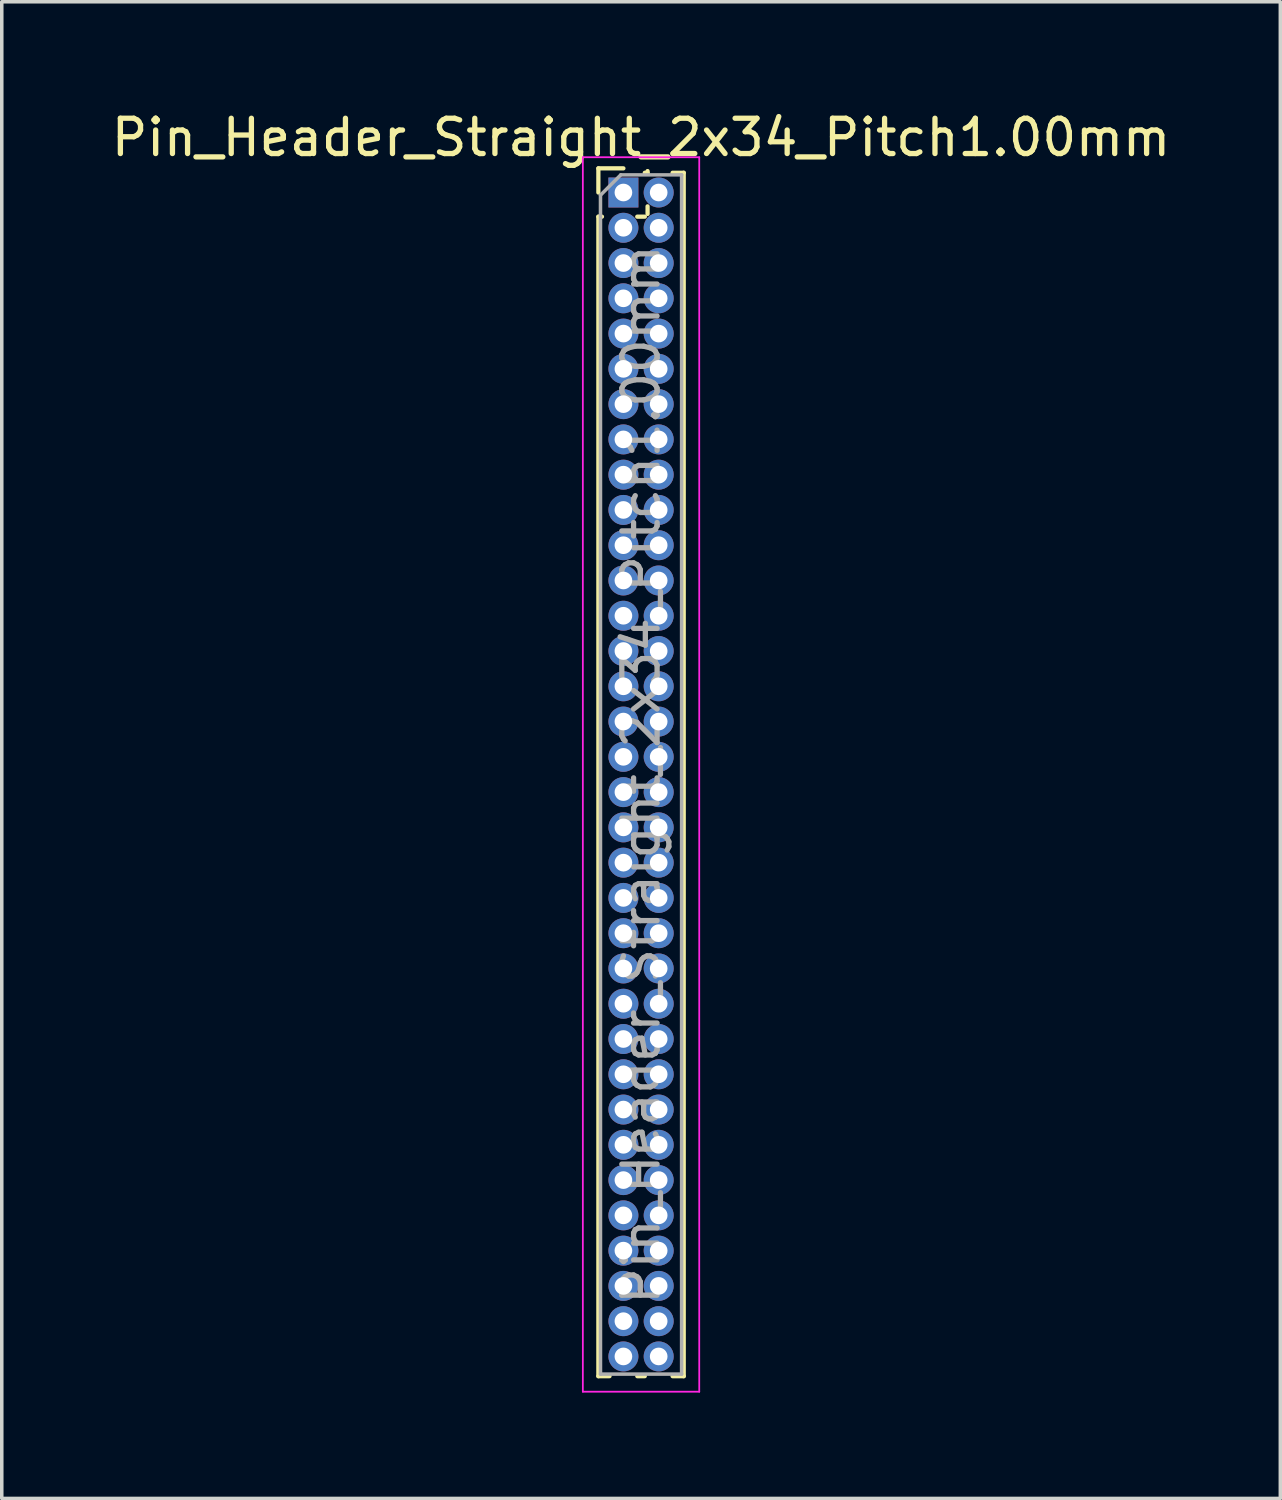
<source format=kicad_pcb>
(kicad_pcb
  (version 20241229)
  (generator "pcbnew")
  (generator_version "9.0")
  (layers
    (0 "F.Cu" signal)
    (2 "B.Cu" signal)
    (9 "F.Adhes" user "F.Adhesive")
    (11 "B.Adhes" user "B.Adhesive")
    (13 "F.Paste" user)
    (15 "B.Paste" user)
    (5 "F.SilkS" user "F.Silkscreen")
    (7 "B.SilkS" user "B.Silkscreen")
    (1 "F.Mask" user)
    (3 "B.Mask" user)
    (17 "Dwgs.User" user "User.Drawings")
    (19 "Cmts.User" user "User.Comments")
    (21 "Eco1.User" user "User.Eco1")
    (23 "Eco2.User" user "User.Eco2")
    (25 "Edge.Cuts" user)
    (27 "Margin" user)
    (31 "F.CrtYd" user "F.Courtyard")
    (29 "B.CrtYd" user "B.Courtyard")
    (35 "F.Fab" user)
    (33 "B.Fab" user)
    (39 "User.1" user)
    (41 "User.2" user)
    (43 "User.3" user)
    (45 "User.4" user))
  (footprint "Pin_Header_Straight_2x34_Pitch1.00mm"
    (layer "F.Cu")
    (at 14.625 2.408)
    (property "Reference" "Pin_Header_Straight_2x34_Pitch1.00mm" (at 0.5 -1.56 0) (layer "F.SilkS") (effects (font (size 1 1) (thickness 0.15))))
    (attr through_hole)
    (fp_line (start -0.71 -0.685) (end 0 -0.685) (stroke (width 0.12) (type solid)) (layer "F.SilkS"))
    (fp_line (start -0.71 0) (end -0.71 -0.685) (stroke (width 0.12) (type solid)) (layer "F.SilkS"))
    (fp_line (start -0.71 0.685) (end -0.71 33.56) (stroke (width 0.12) (type solid)) (layer "F.SilkS"))
    (fp_line (start -0.71 0.685) (end -0.608 0.685) (stroke (width 0.12) (type solid)) (layer "F.SilkS"))
    (fp_line (start -0.71 33.56) (end -0.394 33.56) (stroke (width 0.12) (type solid)) (layer "F.SilkS"))
    (fp_line (start 0.394 33.56) (end 0.606 33.56) (stroke (width 0.12) (type solid)) (layer "F.SilkS"))
    (fp_line (start 0.608 0.685) (end 0.392 0.685) (stroke (width 0.12) (type solid)) (layer "F.SilkS"))
    (fp_line (start 0.685 -0.608) (end 0.685 -0.56) (stroke (width 0.12) (type solid)) (layer "F.SilkS"))
    (fp_line (start 0.685 -0.56) (end 0.606 -0.56) (stroke (width 0.12) (type solid)) (layer "F.SilkS"))
    (fp_line (start 0.685 0.392) (end 0.685 0.608) (stroke (width 0.12) (type solid)) (layer "F.SilkS"))
    (fp_line (start 1.394 -0.56) (end 1.71 -0.56) (stroke (width 0.12) (type solid)) (layer "F.SilkS"))
    (fp_line (start 1.394 33.56) (end 1.71 33.56) (stroke (width 0.12) (type solid)) (layer "F.SilkS"))
    (fp_line (start 1.71 -0.56) (end 1.71 33.56) (stroke (width 0.12) (type solid)) (layer "F.SilkS"))
    (fp_line (start -1.15 -1) (end -1.15 34) (stroke (width 0.05) (type solid)) (layer "F.CrtYd"))
    (fp_line (start -1.15 34) (end 2.15 34) (stroke (width 0.05) (type solid)) (layer "F.CrtYd"))
    (fp_line (start 2.15 -1) (end -1.15 -1) (stroke (width 0.05) (type solid)) (layer "F.CrtYd"))
    (fp_line (start 2.15 34) (end 2.15 -1) (stroke (width 0.05) (type solid)) (layer "F.CrtYd"))
    (fp_line (start -0.65 0.075) (end -0.075 -0.5) (stroke (width 0.1) (type solid)) (layer "F.Fab"))
    (fp_line (start -0.65 33.5) (end -0.65 0.075) (stroke (width 0.1) (type solid)) (layer "F.Fab"))
    (fp_line (start -0.075 -0.5) (end 1.65 -0.5) (stroke (width 0.1) (type solid)) (layer "F.Fab"))
    (fp_line (start 1.65 -0.5) (end 1.65 33.5) (stroke (width 0.1) (type solid)) (layer "F.Fab"))
    (fp_line (start 1.65 33.5) (end -0.65 33.5) (stroke (width 0.1) (type solid)) (layer "F.Fab"))
    (fp_text user "${REFERENCE}" (at 0.5 16.5 90) (layer "F.Fab") (effects (font (size 1 1) (thickness 0.15))))
    (pad "1" thru_hole rect (at 0 0) (size 0.85 0.85) (drill 0.5) (layers "*.Cu" "*.Mask"))
    (pad "2" thru_hole oval (at 1 0) (size 0.85 0.85) (drill 0.5) (layers "*.Cu" "*.Mask"))
    (pad "3" thru_hole oval (at 0 1) (size 0.85 0.85) (drill 0.5) (layers "*.Cu" "*.Mask"))
    (pad "4" thru_hole oval (at 1 1) (size 0.85 0.85) (drill 0.5) (layers "*.Cu" "*.Mask"))
    (pad "5" thru_hole oval (at 0 2) (size 0.85 0.85) (drill 0.5) (layers "*.Cu" "*.Mask"))
    (pad "6" thru_hole oval (at 1 2) (size 0.85 0.85) (drill 0.5) (layers "*.Cu" "*.Mask"))
    (pad "7" thru_hole oval (at 0 3) (size 0.85 0.85) (drill 0.5) (layers "*.Cu" "*.Mask"))
    (pad "8" thru_hole oval (at 1 3) (size 0.85 0.85) (drill 0.5) (layers "*.Cu" "*.Mask"))
    (pad "9" thru_hole oval (at 0 4) (size 0.85 0.85) (drill 0.5) (layers "*.Cu" "*.Mask"))
    (pad "10" thru_hole oval (at 1 4) (size 0.85 0.85) (drill 0.5) (layers "*.Cu" "*.Mask"))
    (pad "11" thru_hole oval (at 0 5) (size 0.85 0.85) (drill 0.5) (layers "*.Cu" "*.Mask"))
    (pad "12" thru_hole oval (at 1 5) (size 0.85 0.85) (drill 0.5) (layers "*.Cu" "*.Mask"))
    (pad "13" thru_hole oval (at 0 6) (size 0.85 0.85) (drill 0.5) (layers "*.Cu" "*.Mask"))
    (pad "14" thru_hole oval (at 1 6) (size 0.85 0.85) (drill 0.5) (layers "*.Cu" "*.Mask"))
    (pad "15" thru_hole oval (at 0 7) (size 0.85 0.85) (drill 0.5) (layers "*.Cu" "*.Mask"))
    (pad "16" thru_hole oval (at 1 7) (size 0.85 0.85) (drill 0.5) (layers "*.Cu" "*.Mask"))
    (pad "17" thru_hole oval (at 0 8) (size 0.85 0.85) (drill 0.5) (layers "*.Cu" "*.Mask"))
    (pad "18" thru_hole oval (at 1 8) (size 0.85 0.85) (drill 0.5) (layers "*.Cu" "*.Mask"))
    (pad "19" thru_hole oval (at 0 9) (size 0.85 0.85) (drill 0.5) (layers "*.Cu" "*.Mask"))
    (pad "20" thru_hole oval (at 1 9) (size 0.85 0.85) (drill 0.5) (layers "*.Cu" "*.Mask"))
    (pad "21" thru_hole oval (at 0 10) (size 0.85 0.85) (drill 0.5) (layers "*.Cu" "*.Mask"))
    (pad "22" thru_hole oval (at 1 10) (size 0.85 0.85) (drill 0.5) (layers "*.Cu" "*.Mask"))
    (pad "23" thru_hole oval (at 0 11) (size 0.85 0.85) (drill 0.5) (layers "*.Cu" "*.Mask"))
    (pad "24" thru_hole oval (at 1 11) (size 0.85 0.85) (drill 0.5) (layers "*.Cu" "*.Mask"))
    (pad "25" thru_hole oval (at 0 12) (size 0.85 0.85) (drill 0.5) (layers "*.Cu" "*.Mask"))
    (pad "26" thru_hole oval (at 1 12) (size 0.85 0.85) (drill 0.5) (layers "*.Cu" "*.Mask"))
    (pad "27" thru_hole oval (at 0 13) (size 0.85 0.85) (drill 0.5) (layers "*.Cu" "*.Mask"))
    (pad "28" thru_hole oval (at 1 13) (size 0.85 0.85) (drill 0.5) (layers "*.Cu" "*.Mask"))
    (pad "29" thru_hole oval (at 0 14) (size 0.85 0.85) (drill 0.5) (layers "*.Cu" "*.Mask"))
    (pad "30" thru_hole oval (at 1 14) (size 0.85 0.85) (drill 0.5) (layers "*.Cu" "*.Mask"))
    (pad "31" thru_hole oval (at 0 15) (size 0.85 0.85) (drill 0.5) (layers "*.Cu" "*.Mask"))
    (pad "32" thru_hole oval (at 1 15) (size 0.85 0.85) (drill 0.5) (layers "*.Cu" "*.Mask"))
    (pad "33" thru_hole oval (at 0 16) (size 0.85 0.85) (drill 0.5) (layers "*.Cu" "*.Mask"))
    (pad "34" thru_hole oval (at 1 16) (size 0.85 0.85) (drill 0.5) (layers "*.Cu" "*.Mask"))
    (pad "35" thru_hole oval (at 0 17) (size 0.85 0.85) (drill 0.5) (layers "*.Cu" "*.Mask"))
    (pad "36" thru_hole oval (at 1 17) (size 0.85 0.85) (drill 0.5) (layers "*.Cu" "*.Mask"))
    (pad "37" thru_hole oval (at 0 18) (size 0.85 0.85) (drill 0.5) (layers "*.Cu" "*.Mask"))
    (pad "38" thru_hole oval (at 1 18) (size 0.85 0.85) (drill 0.5) (layers "*.Cu" "*.Mask"))
    (pad "39" thru_hole oval (at 0 19) (size 0.85 0.85) (drill 0.5) (layers "*.Cu" "*.Mask"))
    (pad "40" thru_hole oval (at 1 19) (size 0.85 0.85) (drill 0.5) (layers "*.Cu" "*.Mask"))
    (pad "41" thru_hole oval (at 0 20) (size 0.85 0.85) (drill 0.5) (layers "*.Cu" "*.Mask"))
    (pad "42" thru_hole oval (at 1 20) (size 0.85 0.85) (drill 0.5) (layers "*.Cu" "*.Mask"))
    (pad "43" thru_hole oval (at 0 21) (size 0.85 0.85) (drill 0.5) (layers "*.Cu" "*.Mask"))
    (pad "44" thru_hole oval (at 1 21) (size 0.85 0.85) (drill 0.5) (layers "*.Cu" "*.Mask"))
    (pad "45" thru_hole oval (at 0 22) (size 0.85 0.85) (drill 0.5) (layers "*.Cu" "*.Mask"))
    (pad "46" thru_hole oval (at 1 22) (size 0.85 0.85) (drill 0.5) (layers "*.Cu" "*.Mask"))
    (pad "47" thru_hole oval (at 0 23) (size 0.85 0.85) (drill 0.5) (layers "*.Cu" "*.Mask"))
    (pad "48" thru_hole oval (at 1 23) (size 0.85 0.85) (drill 0.5) (layers "*.Cu" "*.Mask"))
    (pad "49" thru_hole oval (at 0 24) (size 0.85 0.85) (drill 0.5) (layers "*.Cu" "*.Mask"))
    (pad "50" thru_hole oval (at 1 24) (size 0.85 0.85) (drill 0.5) (layers "*.Cu" "*.Mask"))
    (pad "51" thru_hole oval (at 0 25) (size 0.85 0.85) (drill 0.5) (layers "*.Cu" "*.Mask"))
    (pad "52" thru_hole oval (at 1 25) (size 0.85 0.85) (drill 0.5) (layers "*.Cu" "*.Mask"))
    (pad "53" thru_hole oval (at 0 26) (size 0.85 0.85) (drill 0.5) (layers "*.Cu" "*.Mask"))
    (pad "54" thru_hole oval (at 1 26) (size 0.85 0.85) (drill 0.5) (layers "*.Cu" "*.Mask"))
    (pad "55" thru_hole oval (at 0 27) (size 0.85 0.85) (drill 0.5) (layers "*.Cu" "*.Mask"))
    (pad "56" thru_hole oval (at 1 27) (size 0.85 0.85) (drill 0.5) (layers "*.Cu" "*.Mask"))
    (pad "57" thru_hole oval (at 0 28) (size 0.85 0.85) (drill 0.5) (layers "*.Cu" "*.Mask"))
    (pad "58" thru_hole oval (at 1 28) (size 0.85 0.85) (drill 0.5) (layers "*.Cu" "*.Mask"))
    (pad "59" thru_hole oval (at 0 29) (size 0.85 0.85) (drill 0.5) (layers "*.Cu" "*.Mask"))
    (pad "60" thru_hole oval (at 1 29) (size 0.85 0.85) (drill 0.5) (layers "*.Cu" "*.Mask"))
    (pad "61" thru_hole oval (at 0 30) (size 0.85 0.85) (drill 0.5) (layers "*.Cu" "*.Mask"))
    (pad "62" thru_hole oval (at 1 30) (size 0.85 0.85) (drill 0.5) (layers "*.Cu" "*.Mask"))
    (pad "63" thru_hole oval (at 0 31) (size 0.85 0.85) (drill 0.5) (layers "*.Cu" "*.Mask"))
    (pad "64" thru_hole oval (at 1 31) (size 0.85 0.85) (drill 0.5) (layers "*.Cu" "*.Mask"))
    (pad "65" thru_hole oval (at 0 32) (size 0.85 0.85) (drill 0.5) (layers "*.Cu" "*.Mask"))
    (pad "66" thru_hole oval (at 1 32) (size 0.85 0.85) (drill 0.5) (layers "*.Cu" "*.Mask"))
    (pad "67" thru_hole oval (at 0 33) (size 0.85 0.85) (drill 0.5) (layers "*.Cu" "*.Mask"))
    (pad "68" thru_hole oval (at 1 33) (size 0.85 0.85) (drill 0.5) (layers "*.Cu" "*.Mask")))
  (gr_rect
    (start -3 -3)
    (end 33.25 39.433)
    (stroke (width 0.1) (type default))
    (fill no)
    (layer "Edge.Cuts")))
</source>
